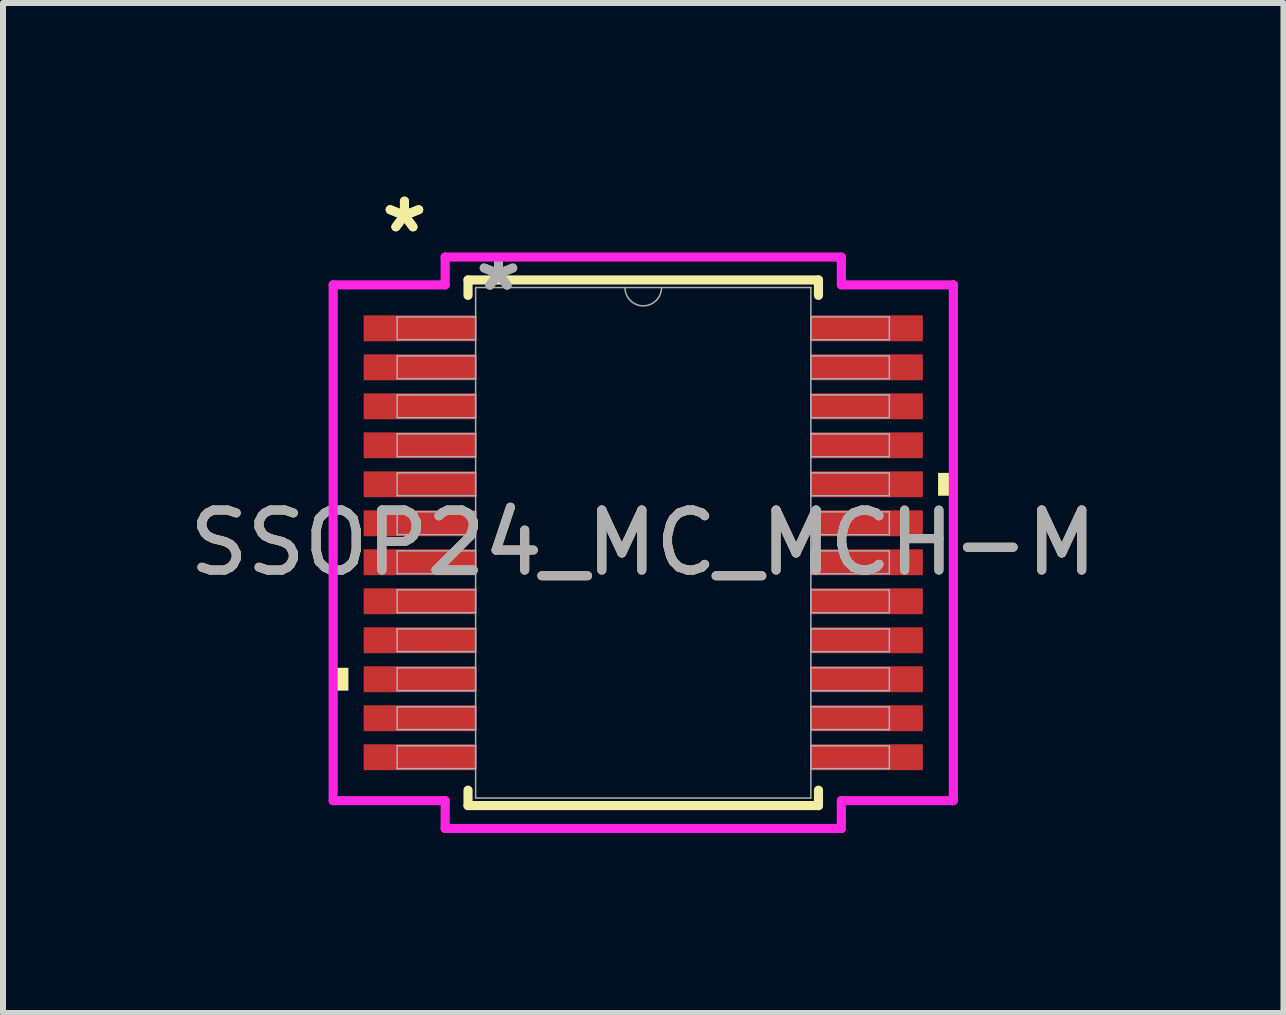
<source format=kicad_pcb>
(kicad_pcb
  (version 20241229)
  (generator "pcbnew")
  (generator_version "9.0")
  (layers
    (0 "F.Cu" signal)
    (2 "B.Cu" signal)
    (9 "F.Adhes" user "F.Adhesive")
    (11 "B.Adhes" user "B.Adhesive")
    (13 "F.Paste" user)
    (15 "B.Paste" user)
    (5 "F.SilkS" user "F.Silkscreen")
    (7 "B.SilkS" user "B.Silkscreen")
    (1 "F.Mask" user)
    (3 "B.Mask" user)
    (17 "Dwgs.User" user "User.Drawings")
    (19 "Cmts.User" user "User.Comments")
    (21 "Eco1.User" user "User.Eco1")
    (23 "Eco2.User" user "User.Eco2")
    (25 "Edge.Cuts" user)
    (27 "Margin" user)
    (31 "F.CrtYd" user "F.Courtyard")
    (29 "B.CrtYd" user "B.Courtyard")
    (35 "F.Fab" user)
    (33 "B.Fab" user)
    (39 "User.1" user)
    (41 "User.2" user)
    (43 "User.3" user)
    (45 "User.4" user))
  (footprint "SSOP24_MC_MCH-M"
    (layer "F.Cu")
    (at 7.673 5.998)
    (property "Reference" "SSOP24_MC_MCH-M" (at 0 0 0) (unlocked yes) (layer "F.SilkS") (effects (font (size 1 1) (thickness 0.15))))
    (attr smd)
    (fp_line (start -2.921 -4.381) (end -2.921 -4.124) (stroke (width 0.152) (type solid)) (layer "F.SilkS"))
    (fp_line (start -2.921 4.124) (end -2.921 4.381) (stroke (width 0.152) (type solid)) (layer "F.SilkS"))
    (fp_line (start -2.921 4.381) (end 2.921 4.381) (stroke (width 0.152) (type solid)) (layer "F.SilkS"))
    (fp_line (start 2.921 -4.381) (end -2.921 -4.381) (stroke (width 0.152) (type solid)) (layer "F.SilkS"))
    (fp_line (start 2.921 -4.124) (end 2.921 -4.381) (stroke (width 0.152) (type solid)) (layer "F.SilkS"))
    (fp_line (start 2.921 4.381) (end 2.921 4.124) (stroke (width 0.152) (type solid)) (layer "F.SilkS"))
    (fp_poly (pts (xy -5.169 2.084) (xy -5.169 2.465) (xy -4.915 2.465) (xy -4.915 2.084)) (stroke (width 0) (type solid)) (fill yes) (layer "F.SilkS"))
    (fp_poly (pts (xy 5.169 -1.165) (xy 5.169 -0.784) (xy 4.915 -0.784) (xy 4.915 -1.165)) (stroke (width 0) (type solid)) (fill yes) (layer "F.SilkS"))
    (fp_line (start -5.169 -4.299) (end -3.302 -4.299) (stroke (width 0.152) (type solid)) (layer "F.CrtYd"))
    (fp_line (start -5.169 4.299) (end -5.169 -4.299) (stroke (width 0.152) (type solid)) (layer "F.CrtYd"))
    (fp_line (start -5.169 4.299) (end -3.302 4.299) (stroke (width 0.152) (type solid)) (layer "F.CrtYd"))
    (fp_line (start -3.302 -4.763) (end 3.302 -4.763) (stroke (width 0.152) (type solid)) (layer "F.CrtYd"))
    (fp_line (start -3.302 -4.299) (end -3.302 -4.763) (stroke (width 0.152) (type solid)) (layer "F.CrtYd"))
    (fp_line (start -3.302 4.763) (end -3.302 4.299) (stroke (width 0.152) (type solid)) (layer "F.CrtYd"))
    (fp_line (start 3.302 -4.763) (end 3.302 -4.299) (stroke (width 0.152) (type solid)) (layer "F.CrtYd"))
    (fp_line (start 3.302 4.299) (end 3.302 4.763) (stroke (width 0.152) (type solid)) (layer "F.CrtYd"))
    (fp_line (start 3.302 4.763) (end -3.302 4.763) (stroke (width 0.152) (type solid)) (layer "F.CrtYd"))
    (fp_line (start 5.169 -4.299) (end 3.302 -4.299) (stroke (width 0.152) (type solid)) (layer "F.CrtYd"))
    (fp_line (start 5.169 -4.299) (end 5.169 4.299) (stroke (width 0.152) (type solid)) (layer "F.CrtYd"))
    (fp_line (start 5.169 4.299) (end 3.302 4.299) (stroke (width 0.152) (type solid)) (layer "F.CrtYd"))
    (fp_line (start -4.102 -3.765) (end -4.102 -3.385) (stroke (width 0.025) (type solid)) (layer "F.Fab"))
    (fp_line (start -4.102 -3.385) (end -2.794 -3.385) (stroke (width 0.025) (type solid)) (layer "F.Fab"))
    (fp_line (start -4.102 -3.116) (end -4.102 -2.735) (stroke (width 0.025) (type solid)) (layer "F.Fab"))
    (fp_line (start -4.102 -2.735) (end -2.794 -2.735) (stroke (width 0.025) (type solid)) (layer "F.Fab"))
    (fp_line (start -4.102 -2.466) (end -4.102 -2.085) (stroke (width 0.025) (type solid)) (layer "F.Fab"))
    (fp_line (start -4.102 -2.085) (end -2.794 -2.085) (stroke (width 0.025) (type solid)) (layer "F.Fab"))
    (fp_line (start -4.102 -1.816) (end -4.102 -1.435) (stroke (width 0.025) (type solid)) (layer "F.Fab"))
    (fp_line (start -4.102 -1.435) (end -2.794 -1.435) (stroke (width 0.025) (type solid)) (layer "F.Fab"))
    (fp_line (start -4.102 -1.166) (end -4.102 -0.785) (stroke (width 0.025) (type solid)) (layer "F.Fab"))
    (fp_line (start -4.102 -0.785) (end -2.794 -0.785) (stroke (width 0.025) (type solid)) (layer "F.Fab"))
    (fp_line (start -4.102 -0.516) (end -4.102 -0.135) (stroke (width 0.025) (type solid)) (layer "F.Fab"))
    (fp_line (start -4.102 -0.135) (end -2.794 -0.135) (stroke (width 0.025) (type solid)) (layer "F.Fab"))
    (fp_line (start -4.102 0.134) (end -4.102 0.515) (stroke (width 0.025) (type solid)) (layer "F.Fab"))
    (fp_line (start -4.102 0.515) (end -2.794 0.515) (stroke (width 0.025) (type solid)) (layer "F.Fab"))
    (fp_line (start -4.102 0.784) (end -4.102 1.165) (stroke (width 0.025) (type solid)) (layer "F.Fab"))
    (fp_line (start -4.102 1.165) (end -2.794 1.165) (stroke (width 0.025) (type solid)) (layer "F.Fab"))
    (fp_line (start -4.102 1.434) (end -4.102 1.815) (stroke (width 0.025) (type solid)) (layer "F.Fab"))
    (fp_line (start -4.102 1.815) (end -2.794 1.815) (stroke (width 0.025) (type solid)) (layer "F.Fab"))
    (fp_line (start -4.102 2.084) (end -4.102 2.465) (stroke (width 0.025) (type solid)) (layer "F.Fab"))
    (fp_line (start -4.102 2.465) (end -2.794 2.465) (stroke (width 0.025) (type solid)) (layer "F.Fab"))
    (fp_line (start -4.102 2.734) (end -4.102 3.115) (stroke (width 0.025) (type solid)) (layer "F.Fab"))
    (fp_line (start -4.102 3.115) (end -2.794 3.115) (stroke (width 0.025) (type solid)) (layer "F.Fab"))
    (fp_line (start -4.102 3.384) (end -4.102 3.765) (stroke (width 0.025) (type solid)) (layer "F.Fab"))
    (fp_line (start -4.102 3.765) (end -2.794 3.765) (stroke (width 0.025) (type solid)) (layer "F.Fab"))
    (fp_line (start -2.794 -4.255) (end -2.794 4.255) (stroke (width 0.025) (type solid)) (layer "F.Fab"))
    (fp_line (start -2.794 -3.765) (end -4.102 -3.765) (stroke (width 0.025) (type solid)) (layer "F.Fab"))
    (fp_line (start -2.794 -3.385) (end -2.794 -3.765) (stroke (width 0.025) (type solid)) (layer "F.Fab"))
    (fp_line (start -2.794 -3.116) (end -4.102 -3.116) (stroke (width 0.025) (type solid)) (layer "F.Fab"))
    (fp_line (start -2.794 -2.735) (end -2.794 -3.116) (stroke (width 0.025) (type solid)) (layer "F.Fab"))
    (fp_line (start -2.794 -2.466) (end -4.102 -2.466) (stroke (width 0.025) (type solid)) (layer "F.Fab"))
    (fp_line (start -2.794 -2.085) (end -2.794 -2.466) (stroke (width 0.025) (type solid)) (layer "F.Fab"))
    (fp_line (start -2.794 -1.816) (end -4.102 -1.816) (stroke (width 0.025) (type solid)) (layer "F.Fab"))
    (fp_line (start -2.794 -1.435) (end -2.794 -1.816) (stroke (width 0.025) (type solid)) (layer "F.Fab"))
    (fp_line (start -2.794 -1.166) (end -4.102 -1.166) (stroke (width 0.025) (type solid)) (layer "F.Fab"))
    (fp_line (start -2.794 -0.785) (end -2.794 -1.166) (stroke (width 0.025) (type solid)) (layer "F.Fab"))
    (fp_line (start -2.794 -0.516) (end -4.102 -0.516) (stroke (width 0.025) (type solid)) (layer "F.Fab"))
    (fp_line (start -2.794 -0.135) (end -2.794 -0.516) (stroke (width 0.025) (type solid)) (layer "F.Fab"))
    (fp_line (start -2.794 0.134) (end -4.102 0.134) (stroke (width 0.025) (type solid)) (layer "F.Fab"))
    (fp_line (start -2.794 0.515) (end -2.794 0.134) (stroke (width 0.025) (type solid)) (layer "F.Fab"))
    (fp_line (start -2.794 0.784) (end -4.102 0.784) (stroke (width 0.025) (type solid)) (layer "F.Fab"))
    (fp_line (start -2.794 1.165) (end -2.794 0.784) (stroke (width 0.025) (type solid)) (layer "F.Fab"))
    (fp_line (start -2.794 1.434) (end -4.102 1.434) (stroke (width 0.025) (type solid)) (layer "F.Fab"))
    (fp_line (start -2.794 1.815) (end -2.794 1.434) (stroke (width 0.025) (type solid)) (layer "F.Fab"))
    (fp_line (start -2.794 2.084) (end -4.102 2.084) (stroke (width 0.025) (type solid)) (layer "F.Fab"))
    (fp_line (start -2.794 2.465) (end -2.794 2.084) (stroke (width 0.025) (type solid)) (layer "F.Fab"))
    (fp_line (start -2.794 2.734) (end -4.102 2.734) (stroke (width 0.025) (type solid)) (layer "F.Fab"))
    (fp_line (start -2.794 3.115) (end -2.794 2.734) (stroke (width 0.025) (type solid)) (layer "F.Fab"))
    (fp_line (start -2.794 3.384) (end -4.102 3.384) (stroke (width 0.025) (type solid)) (layer "F.Fab"))
    (fp_line (start -2.794 3.765) (end -2.794 3.384) (stroke (width 0.025) (type solid)) (layer "F.Fab"))
    (fp_line (start -2.794 4.255) (end 2.794 4.255) (stroke (width 0.025) (type solid)) (layer "F.Fab"))
    (fp_line (start 2.794 -4.255) (end -2.794 -4.255) (stroke (width 0.025) (type solid)) (layer "F.Fab"))
    (fp_line (start 2.794 -3.765) (end 2.794 -3.384) (stroke (width 0.025) (type solid)) (layer "F.Fab"))
    (fp_line (start 2.794 -3.384) (end 4.102 -3.384) (stroke (width 0.025) (type solid)) (layer "F.Fab"))
    (fp_line (start 2.794 -3.115) (end 2.794 -2.734) (stroke (width 0.025) (type solid)) (layer "F.Fab"))
    (fp_line (start 2.794 -2.734) (end 4.102 -2.734) (stroke (width 0.025) (type solid)) (layer "F.Fab"))
    (fp_line (start 2.794 -2.465) (end 2.794 -2.084) (stroke (width 0.025) (type solid)) (layer "F.Fab"))
    (fp_line (start 2.794 -2.084) (end 4.102 -2.084) (stroke (width 0.025) (type solid)) (layer "F.Fab"))
    (fp_line (start 2.794 -1.815) (end 2.794 -1.434) (stroke (width 0.025) (type solid)) (layer "F.Fab"))
    (fp_line (start 2.794 -1.434) (end 4.102 -1.434) (stroke (width 0.025) (type solid)) (layer "F.Fab"))
    (fp_line (start 2.794 -1.165) (end 2.794 -0.784) (stroke (width 0.025) (type solid)) (layer "F.Fab"))
    (fp_line (start 2.794 -0.784) (end 4.102 -0.784) (stroke (width 0.025) (type solid)) (layer "F.Fab"))
    (fp_line (start 2.794 -0.515) (end 2.794 -0.134) (stroke (width 0.025) (type solid)) (layer "F.Fab"))
    (fp_line (start 2.794 -0.134) (end 4.102 -0.134) (stroke (width 0.025) (type solid)) (layer "F.Fab"))
    (fp_line (start 2.794 0.135) (end 2.794 0.516) (stroke (width 0.025) (type solid)) (layer "F.Fab"))
    (fp_line (start 2.794 0.516) (end 4.102 0.516) (stroke (width 0.025) (type solid)) (layer "F.Fab"))
    (fp_line (start 2.794 0.785) (end 2.794 1.166) (stroke (width 0.025) (type solid)) (layer "F.Fab"))
    (fp_line (start 2.794 1.166) (end 4.102 1.166) (stroke (width 0.025) (type solid)) (layer "F.Fab"))
    (fp_line (start 2.794 1.435) (end 2.794 1.816) (stroke (width 0.025) (type solid)) (layer "F.Fab"))
    (fp_line (start 2.794 1.816) (end 4.102 1.816) (stroke (width 0.025) (type solid)) (layer "F.Fab"))
    (fp_line (start 2.794 2.084) (end 2.794 2.466) (stroke (width 0.025) (type solid)) (layer "F.Fab"))
    (fp_line (start 2.794 2.466) (end 4.102 2.466) (stroke (width 0.025) (type solid)) (layer "F.Fab"))
    (fp_line (start 2.794 2.735) (end 2.794 3.115) (stroke (width 0.025) (type solid)) (layer "F.Fab"))
    (fp_line (start 2.794 3.115) (end 4.102 3.115) (stroke (width 0.025) (type solid)) (layer "F.Fab"))
    (fp_line (start 2.794 3.385) (end 2.794 3.765) (stroke (width 0.025) (type solid)) (layer "F.Fab"))
    (fp_line (start 2.794 3.765) (end 4.102 3.765) (stroke (width 0.025) (type solid)) (layer "F.Fab"))
    (fp_line (start 2.794 4.255) (end 2.794 -4.255) (stroke (width 0.025) (type solid)) (layer "F.Fab"))
    (fp_line (start 4.102 -3.765) (end 2.794 -3.765) (stroke (width 0.025) (type solid)) (layer "F.Fab"))
    (fp_line (start 4.102 -3.384) (end 4.102 -3.765) (stroke (width 0.025) (type solid)) (layer "F.Fab"))
    (fp_line (start 4.102 -3.115) (end 2.794 -3.115) (stroke (width 0.025) (type solid)) (layer "F.Fab"))
    (fp_line (start 4.102 -2.734) (end 4.102 -3.115) (stroke (width 0.025) (type solid)) (layer "F.Fab"))
    (fp_line (start 4.102 -2.465) (end 2.794 -2.465) (stroke (width 0.025) (type solid)) (layer "F.Fab"))
    (fp_line (start 4.102 -2.084) (end 4.102 -2.465) (stroke (width 0.025) (type solid)) (layer "F.Fab"))
    (fp_line (start 4.102 -1.815) (end 2.794 -1.815) (stroke (width 0.025) (type solid)) (layer "F.Fab"))
    (fp_line (start 4.102 -1.434) (end 4.102 -1.815) (stroke (width 0.025) (type solid)) (layer "F.Fab"))
    (fp_line (start 4.102 -1.165) (end 2.794 -1.165) (stroke (width 0.025) (type solid)) (layer "F.Fab"))
    (fp_line (start 4.102 -0.784) (end 4.102 -1.165) (stroke (width 0.025) (type solid)) (layer "F.Fab"))
    (fp_line (start 4.102 -0.515) (end 2.794 -0.515) (stroke (width 0.025) (type solid)) (layer "F.Fab"))
    (fp_line (start 4.102 -0.134) (end 4.102 -0.515) (stroke (width 0.025) (type solid)) (layer "F.Fab"))
    (fp_line (start 4.102 0.135) (end 2.794 0.135) (stroke (width 0.025) (type solid)) (layer "F.Fab"))
    (fp_line (start 4.102 0.516) (end 4.102 0.135) (stroke (width 0.025) (type solid)) (layer "F.Fab"))
    (fp_line (start 4.102 0.785) (end 2.794 0.785) (stroke (width 0.025) (type solid)) (layer "F.Fab"))
    (fp_line (start 4.102 1.166) (end 4.102 0.785) (stroke (width 0.025) (type solid)) (layer "F.Fab"))
    (fp_line (start 4.102 1.435) (end 2.794 1.435) (stroke (width 0.025) (type solid)) (layer "F.Fab"))
    (fp_line (start 4.102 1.816) (end 4.102 1.435) (stroke (width 0.025) (type solid)) (layer "F.Fab"))
    (fp_line (start 4.102 2.084) (end 2.794 2.084) (stroke (width 0.025) (type solid)) (layer "F.Fab"))
    (fp_line (start 4.102 2.466) (end 4.102 2.084) (stroke (width 0.025) (type solid)) (layer "F.Fab"))
    (fp_line (start 4.102 2.735) (end 2.794 2.735) (stroke (width 0.025) (type solid)) (layer "F.Fab"))
    (fp_line (start 4.102 3.115) (end 4.102 2.735) (stroke (width 0.025) (type solid)) (layer "F.Fab"))
    (fp_line (start 4.102 3.385) (end 2.794 3.385) (stroke (width 0.025) (type solid)) (layer "F.Fab"))
    (fp_line (start 4.102 3.765) (end 4.102 3.385) (stroke (width 0.025) (type solid)) (layer "F.Fab"))
    (fp_arc (start 0.3048 -4.2545) (mid 0 -3.9497) (end -0.3048 -4.2545) (stroke (width 0.0254) (type solid)) (layer "F.Fab"))
    (fp_text user "*" (at -3.981 -5.15 0) (unlocked yes) (layer "F.SilkS") (effects (font (size 1 1) (thickness 0.15))))
    (fp_text user "*" (at -3.981 -5.15 0) (layer "F.SilkS") (effects (font (size 1 1) (thickness 0.15))))
    (fp_text user "*" (at -2.413 -4.178 0) (layer "F.Fab") (effects (font (size 1 1) (thickness 0.15))))
    (fp_text user "*" (at -2.413 -4.178 0) (unlocked yes) (layer "F.Fab") (effects (font (size 1 1) (thickness 0.15))))
    (fp_text user "${REFERENCE}" (at 0 0 0) (unlocked yes) (layer "F.Fab") (effects (font (size 1 1) (thickness 0.15))))
    (pad "1" smd rect (at -3.727 -3.575) (size 1.867 0.432) (layers "F.Cu" "F.Mask" "F.Paste"))
    (pad "2" smd rect (at -3.727 -2.925) (size 1.867 0.432) (layers "F.Cu" "F.Mask" "F.Paste"))
    (pad "3" smd rect (at -3.727 -2.275) (size 1.867 0.432) (layers "F.Cu" "F.Mask" "F.Paste"))
    (pad "4" smd rect (at -3.727 -1.625) (size 1.867 0.432) (layers "F.Cu" "F.Mask" "F.Paste"))
    (pad "5" smd rect (at -3.727 -0.975) (size 1.867 0.432) (layers "F.Cu" "F.Mask" "F.Paste"))
    (pad "6" smd rect (at -3.727 -0.325) (size 1.867 0.432) (layers "F.Cu" "F.Mask" "F.Paste"))
    (pad "7" smd rect (at -3.727 0.325) (size 1.867 0.432) (layers "F.Cu" "F.Mask" "F.Paste"))
    (pad "8" smd rect (at -3.727 0.975) (size 1.867 0.432) (layers "F.Cu" "F.Mask" "F.Paste"))
    (pad "9" smd rect (at -3.727 1.625) (size 1.867 0.432) (layers "F.Cu" "F.Mask" "F.Paste"))
    (pad "10" smd rect (at -3.727 2.275) (size 1.867 0.432) (layers "F.Cu" "F.Mask" "F.Paste"))
    (pad "11" smd rect (at -3.727 2.925) (size 1.867 0.432) (layers "F.Cu" "F.Mask" "F.Paste"))
    (pad "12" smd rect (at -3.727 3.575) (size 1.867 0.432) (layers "F.Cu" "F.Mask" "F.Paste"))
    (pad "13" smd rect (at 3.727 3.575) (size 1.867 0.432) (layers "F.Cu" "F.Mask" "F.Paste"))
    (pad "14" smd rect (at 3.727 2.925) (size 1.867 0.432) (layers "F.Cu" "F.Mask" "F.Paste"))
    (pad "15" smd rect (at 3.727 2.275) (size 1.867 0.432) (layers "F.Cu" "F.Mask" "F.Paste"))
    (pad "16" smd rect (at 3.727 1.625) (size 1.867 0.432) (layers "F.Cu" "F.Mask" "F.Paste"))
    (pad "17" smd rect (at 3.727 0.975) (size 1.867 0.432) (layers "F.Cu" "F.Mask" "F.Paste"))
    (pad "18" smd rect (at 3.727 0.325) (size 1.867 0.432) (layers "F.Cu" "F.Mask" "F.Paste"))
    (pad "19" smd rect (at 3.727 -0.325) (size 1.867 0.432) (layers "F.Cu" "F.Mask" "F.Paste"))
    (pad "20" smd rect (at 3.727 -0.975) (size 1.867 0.432) (layers "F.Cu" "F.Mask" "F.Paste"))
    (pad "21" smd rect (at 3.727 -1.625) (size 1.867 0.432) (layers "F.Cu" "F.Mask" "F.Paste"))
    (pad "22" smd rect (at 3.727 -2.275) (size 1.867 0.432) (layers "F.Cu" "F.Mask" "F.Paste"))
    (pad "23" smd rect (at 3.727 -2.925) (size 1.867 0.432) (layers "F.Cu" "F.Mask" "F.Paste"))
    (pad "24" smd rect (at 3.727 -3.575) (size 1.867 0.432) (layers "F.Cu" "F.Mask" "F.Paste")))
  (gr_rect
    (start -3 -3)
    (end 18.345 13.837)
    (stroke (width 0.1) (type default))
    (fill no)
    (layer "Edge.Cuts")))
</source>
